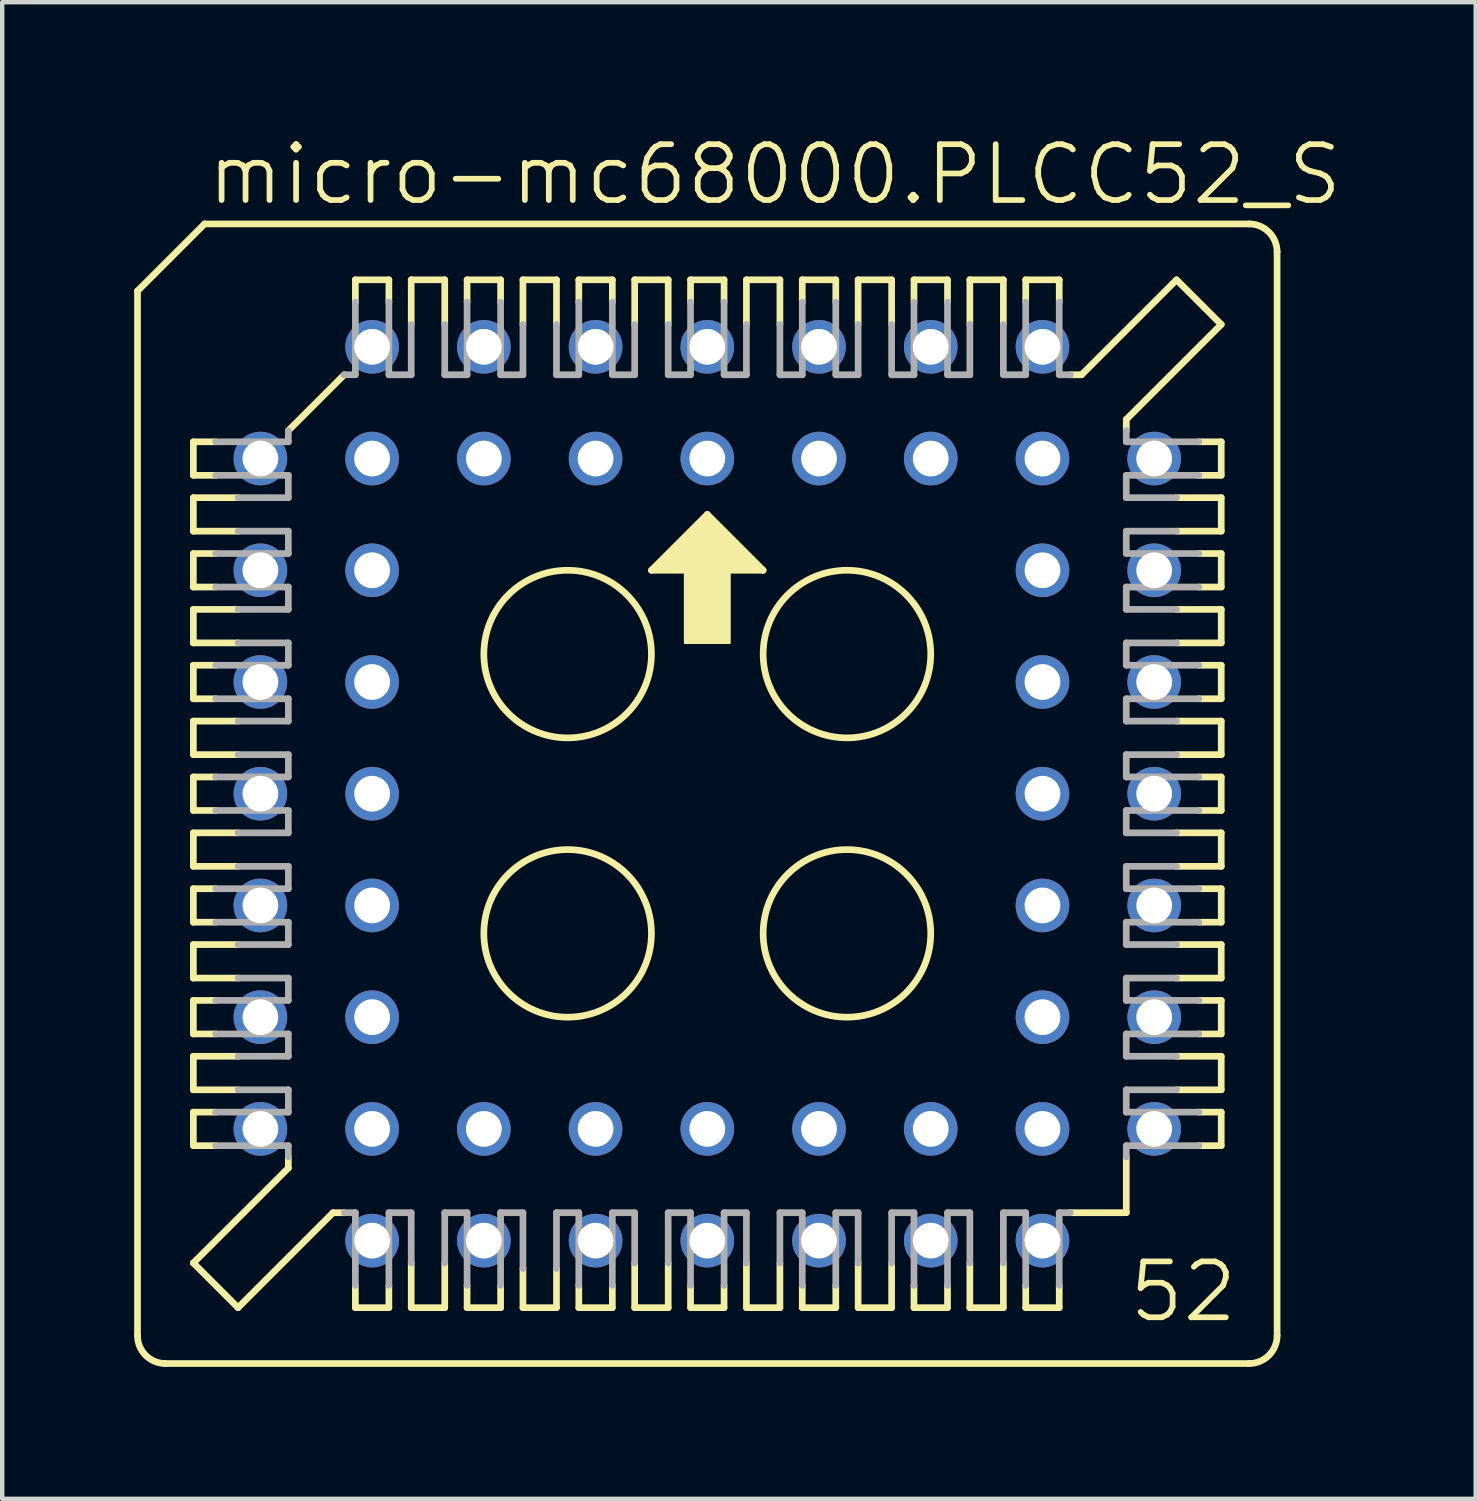
<source format=kicad_pcb>
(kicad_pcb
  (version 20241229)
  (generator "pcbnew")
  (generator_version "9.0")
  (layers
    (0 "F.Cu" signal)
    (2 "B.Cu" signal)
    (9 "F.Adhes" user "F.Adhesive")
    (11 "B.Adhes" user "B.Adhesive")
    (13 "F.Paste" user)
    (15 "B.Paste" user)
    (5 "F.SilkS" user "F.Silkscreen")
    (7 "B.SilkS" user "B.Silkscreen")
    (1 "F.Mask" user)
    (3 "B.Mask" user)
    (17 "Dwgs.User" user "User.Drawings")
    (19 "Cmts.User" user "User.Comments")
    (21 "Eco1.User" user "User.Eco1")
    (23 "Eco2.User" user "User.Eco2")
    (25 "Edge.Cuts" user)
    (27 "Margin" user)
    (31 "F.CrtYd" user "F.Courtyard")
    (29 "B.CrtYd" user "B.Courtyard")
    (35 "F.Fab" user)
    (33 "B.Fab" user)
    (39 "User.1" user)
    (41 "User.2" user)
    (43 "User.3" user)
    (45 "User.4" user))
  (footprint "micro-mc68000.PLCC52_S"
    (layer "F.Cu")
    (at 13.03 14.995)
    (property "Reference" "micro-mc68000.PLCC52_S" (at -11.43 -13.335 0) (layer "F.SilkS") (effects (font (size 1.27 1.27) (thickness 0.13)) (justify left bottom)))
    (attr through_hole)
    (fp_line (start -12.954 -11.43) (end -12.954 12.319) (stroke (width 0.152) (type default)) (layer "F.SilkS"))
    (fp_line (start -11.684 -8.001) (end -11.684 -7.239) (stroke (width 0.152) (type default)) (layer "F.SilkS"))
    (fp_line (start -11.684 -7.239) (end -11.176 -7.239) (stroke (width 0.152) (type default)) (layer "F.SilkS"))
    (fp_line (start -11.684 -6.731) (end -11.684 -5.969) (stroke (width 0.152) (type default)) (layer "F.SilkS"))
    (fp_line (start -11.684 -5.969) (end -10.668 -5.969) (stroke (width 0.152) (type default)) (layer "F.SilkS"))
    (fp_line (start -11.684 -5.461) (end -11.684 -4.699) (stroke (width 0.152) (type default)) (layer "F.SilkS"))
    (fp_line (start -11.684 -4.699) (end -11.176 -4.699) (stroke (width 0.152) (type default)) (layer "F.SilkS"))
    (fp_line (start -11.684 -4.191) (end -11.684 -3.429) (stroke (width 0.152) (type default)) (layer "F.SilkS"))
    (fp_line (start -11.684 -3.429) (end -10.668 -3.429) (stroke (width 0.152) (type default)) (layer "F.SilkS"))
    (fp_line (start -11.684 -2.921) (end -11.684 -2.159) (stroke (width 0.152) (type default)) (layer "F.SilkS"))
    (fp_line (start -11.684 -2.159) (end -11.176 -2.159) (stroke (width 0.152) (type default)) (layer "F.SilkS"))
    (fp_line (start -11.684 -1.651) (end -10.668 -1.651) (stroke (width 0.152) (type default)) (layer "F.SilkS"))
    (fp_line (start -11.684 -0.889) (end -11.684 -1.651) (stroke (width 0.152) (type default)) (layer "F.SilkS"))
    (fp_line (start -11.684 -0.381) (end -11.176 -0.381) (stroke (width 0.152) (type default)) (layer "F.SilkS"))
    (fp_line (start -11.684 0.381) (end -11.684 -0.381) (stroke (width 0.152) (type default)) (layer "F.SilkS"))
    (fp_line (start -11.684 0.889) (end -10.668 0.889) (stroke (width 0.152) (type default)) (layer "F.SilkS"))
    (fp_line (start -11.684 1.651) (end -11.684 0.889) (stroke (width 0.152) (type default)) (layer "F.SilkS"))
    (fp_line (start -11.684 2.159) (end -11.176 2.159) (stroke (width 0.152) (type default)) (layer "F.SilkS"))
    (fp_line (start -11.684 2.921) (end -11.684 2.159) (stroke (width 0.152) (type default)) (layer "F.SilkS"))
    (fp_line (start -11.684 3.429) (end -10.668 3.429) (stroke (width 0.152) (type default)) (layer "F.SilkS"))
    (fp_line (start -11.684 4.191) (end -11.684 3.429) (stroke (width 0.152) (type default)) (layer "F.SilkS"))
    (fp_line (start -11.684 4.699) (end -11.176 4.699) (stroke (width 0.152) (type default)) (layer "F.SilkS"))
    (fp_line (start -11.684 5.461) (end -11.684 4.699) (stroke (width 0.152) (type default)) (layer "F.SilkS"))
    (fp_line (start -11.684 5.969) (end -11.684 6.731) (stroke (width 0.152) (type default)) (layer "F.SilkS"))
    (fp_line (start -11.684 6.731) (end -10.668 6.731) (stroke (width 0.152) (type default)) (layer "F.SilkS"))
    (fp_line (start -11.684 7.239) (end -11.176 7.239) (stroke (width 0.152) (type default)) (layer "F.SilkS"))
    (fp_line (start -11.684 8.001) (end -11.684 7.239) (stroke (width 0.152) (type default)) (layer "F.SilkS"))
    (fp_line (start -11.684 10.668) (end -9.525 8.509) (stroke (width 0.152) (type default)) (layer "F.SilkS"))
    (fp_line (start -11.43 -12.954) (end -12.954 -11.43) (stroke (width 0.152) (type default)) (layer "F.SilkS"))
    (fp_line (start -11.176 -8.001) (end -11.684 -8.001) (stroke (width 0.152) (type default)) (layer "F.SilkS"))
    (fp_line (start -11.176 -5.461) (end -11.684 -5.461) (stroke (width 0.152) (type default)) (layer "F.SilkS"))
    (fp_line (start -11.176 -2.921) (end -11.684 -2.921) (stroke (width 0.152) (type default)) (layer "F.SilkS"))
    (fp_line (start -11.176 0.381) (end -11.684 0.381) (stroke (width 0.152) (type default)) (layer "F.SilkS"))
    (fp_line (start -11.176 2.921) (end -11.684 2.921) (stroke (width 0.152) (type default)) (layer "F.SilkS"))
    (fp_line (start -11.176 5.461) (end -11.684 5.461) (stroke (width 0.152) (type default)) (layer "F.SilkS"))
    (fp_line (start -11.176 8.001) (end -11.684 8.001) (stroke (width 0.152) (type default)) (layer "F.SilkS"))
    (fp_line (start -10.668 -6.731) (end -11.684 -6.731) (stroke (width 0.152) (type default)) (layer "F.SilkS"))
    (fp_line (start -10.668 -4.191) (end -11.684 -4.191) (stroke (width 0.152) (type default)) (layer "F.SilkS"))
    (fp_line (start -10.668 -0.889) (end -11.684 -0.889) (stroke (width 0.152) (type default)) (layer "F.SilkS"))
    (fp_line (start -10.668 1.651) (end -11.684 1.651) (stroke (width 0.152) (type default)) (layer "F.SilkS"))
    (fp_line (start -10.668 4.191) (end -11.684 4.191) (stroke (width 0.152) (type default)) (layer "F.SilkS"))
    (fp_line (start -10.668 5.969) (end -11.684 5.969) (stroke (width 0.152) (type default)) (layer "F.SilkS"))
    (fp_line (start -10.668 11.684) (end -11.684 10.668) (stroke (width 0.152) (type default)) (layer "F.SilkS"))
    (fp_line (start -10.668 11.684) (end -8.509 9.525) (stroke (width 0.152) (type default)) (layer "F.SilkS"))
    (fp_line (start -9.525 -8.255) (end -8.255 -9.525) (stroke (width 0.152) (type default)) (layer "F.SilkS"))
    (fp_line (start -9.525 8.509) (end -9.525 8.255) (stroke (width 0.152) (type default)) (layer "F.SilkS"))
    (fp_line (start -8.509 9.525) (end -8.255 9.525) (stroke (width 0.152) (type default)) (layer "F.SilkS"))
    (fp_line (start -8.001 -11.684) (end -8.001 -11.176) (stroke (width 0.152) (type default)) (layer "F.SilkS"))
    (fp_line (start -8.001 11.176) (end -8.001 11.684) (stroke (width 0.152) (type default)) (layer "F.SilkS"))
    (fp_line (start -8.001 11.684) (end -7.239 11.684) (stroke (width 0.152) (type default)) (layer "F.SilkS"))
    (fp_line (start -7.239 -11.684) (end -8.001 -11.684) (stroke (width 0.152) (type default)) (layer "F.SilkS"))
    (fp_line (start -7.239 -11.176) (end -7.239 -11.684) (stroke (width 0.152) (type default)) (layer "F.SilkS"))
    (fp_line (start -7.239 11.684) (end -7.239 11.176) (stroke (width 0.152) (type default)) (layer "F.SilkS"))
    (fp_line (start -6.731 -11.684) (end -6.731 -10.668) (stroke (width 0.152) (type default)) (layer "F.SilkS"))
    (fp_line (start -6.731 10.668) (end -6.731 11.684) (stroke (width 0.152) (type default)) (layer "F.SilkS"))
    (fp_line (start -6.731 11.684) (end -5.969 11.684) (stroke (width 0.152) (type default)) (layer "F.SilkS"))
    (fp_line (start -5.969 -11.684) (end -6.731 -11.684) (stroke (width 0.152) (type default)) (layer "F.SilkS"))
    (fp_line (start -5.969 -10.668) (end -5.969 -11.684) (stroke (width 0.152) (type default)) (layer "F.SilkS"))
    (fp_line (start -5.969 11.684) (end -5.969 10.668) (stroke (width 0.152) (type default)) (layer "F.SilkS"))
    (fp_line (start -5.461 -11.684) (end -5.461 -11.176) (stroke (width 0.152) (type default)) (layer "F.SilkS"))
    (fp_line (start -5.461 11.176) (end -5.461 11.684) (stroke (width 0.152) (type default)) (layer "F.SilkS"))
    (fp_line (start -5.461 11.684) (end -4.699 11.684) (stroke (width 0.152) (type default)) (layer "F.SilkS"))
    (fp_line (start -4.699 -11.684) (end -5.461 -11.684) (stroke (width 0.152) (type default)) (layer "F.SilkS"))
    (fp_line (start -4.699 -11.176) (end -4.699 -11.684) (stroke (width 0.152) (type default)) (layer "F.SilkS"))
    (fp_line (start -4.699 11.684) (end -4.699 11.176) (stroke (width 0.152) (type default)) (layer "F.SilkS"))
    (fp_line (start -4.191 -11.684) (end -4.191 -10.668) (stroke (width 0.152) (type default)) (layer "F.SilkS"))
    (fp_line (start -4.191 10.795) (end -4.191 11.684) (stroke (width 0.152) (type default)) (layer "F.SilkS"))
    (fp_line (start -4.191 11.684) (end -3.429 11.684) (stroke (width 0.152) (type default)) (layer "F.SilkS"))
    (fp_line (start -3.429 -11.684) (end -4.191 -11.684) (stroke (width 0.152) (type default)) (layer "F.SilkS"))
    (fp_line (start -3.429 -10.668) (end -3.429 -11.684) (stroke (width 0.152) (type default)) (layer "F.SilkS"))
    (fp_line (start -3.429 11.684) (end -3.429 10.795) (stroke (width 0.152) (type default)) (layer "F.SilkS"))
    (fp_line (start -2.921 -11.684) (end -2.921 -11.176) (stroke (width 0.152) (type default)) (layer "F.SilkS"))
    (fp_line (start -2.921 11.176) (end -2.921 11.684) (stroke (width 0.152) (type default)) (layer "F.SilkS"))
    (fp_line (start -2.921 11.684) (end -2.159 11.684) (stroke (width 0.152) (type default)) (layer "F.SilkS"))
    (fp_line (start -2.159 -11.684) (end -2.921 -11.684) (stroke (width 0.152) (type default)) (layer "F.SilkS"))
    (fp_line (start -2.159 -11.176) (end -2.159 -11.684) (stroke (width 0.152) (type default)) (layer "F.SilkS"))
    (fp_line (start -2.159 11.684) (end -2.159 11.176) (stroke (width 0.152) (type default)) (layer "F.SilkS"))
    (fp_line (start -1.651 -11.684) (end -1.651 -10.668) (stroke (width 0.152) (type default)) (layer "F.SilkS"))
    (fp_line (start -1.651 10.668) (end -1.651 11.684) (stroke (width 0.152) (type default)) (layer "F.SilkS"))
    (fp_line (start -1.651 11.684) (end -0.889 11.684) (stroke (width 0.152) (type default)) (layer "F.SilkS"))
    (fp_line (start -1.27 -5.08) (end 1.27 -5.08) (stroke (width 0.152) (type default)) (layer "F.SilkS"))
    (fp_line (start -0.889 -11.684) (end -1.651 -11.684) (stroke (width 0.152) (type default)) (layer "F.SilkS"))
    (fp_line (start -0.889 -10.668) (end -0.889 -11.684) (stroke (width 0.152) (type default)) (layer "F.SilkS"))
    (fp_line (start -0.889 11.684) (end -0.889 10.668) (stroke (width 0.152) (type default)) (layer "F.SilkS"))
    (fp_line (start -0.381 -11.684) (end -0.381 -11.176) (stroke (width 0.152) (type default)) (layer "F.SilkS"))
    (fp_line (start -0.381 11.176) (end -0.381 11.684) (stroke (width 0.152) (type default)) (layer "F.SilkS"))
    (fp_line (start -0.381 11.684) (end 0.381 11.684) (stroke (width 0.152) (type default)) (layer "F.SilkS"))
    (fp_line (start 0 -6.35) (end -1.27 -5.08) (stroke (width 0.152) (type default)) (layer "F.SilkS"))
    (fp_line (start 0.381 -11.684) (end -0.381 -11.684) (stroke (width 0.152) (type default)) (layer "F.SilkS"))
    (fp_line (start 0.381 -11.176) (end 0.381 -11.684) (stroke (width 0.152) (type default)) (layer "F.SilkS"))
    (fp_line (start 0.381 11.684) (end 0.381 11.176) (stroke (width 0.152) (type default)) (layer "F.SilkS"))
    (fp_line (start 0.889 -11.684) (end 0.889 -10.668) (stroke (width 0.152) (type default)) (layer "F.SilkS"))
    (fp_line (start 0.889 10.668) (end 0.889 11.684) (stroke (width 0.152) (type default)) (layer "F.SilkS"))
    (fp_line (start 0.889 11.684) (end 1.651 11.684) (stroke (width 0.152) (type default)) (layer "F.SilkS"))
    (fp_line (start 1.27 -5.08) (end 0 -6.35) (stroke (width 0.152) (type default)) (layer "F.SilkS"))
    (fp_line (start 1.651 -11.684) (end 0.889 -11.684) (stroke (width 0.152) (type default)) (layer "F.SilkS"))
    (fp_line (start 1.651 -10.668) (end 1.651 -11.684) (stroke (width 0.152) (type default)) (layer "F.SilkS"))
    (fp_line (start 1.651 11.684) (end 1.651 10.668) (stroke (width 0.152) (type default)) (layer "F.SilkS"))
    (fp_line (start 2.159 -11.684) (end 2.159 -11.176) (stroke (width 0.152) (type default)) (layer "F.SilkS"))
    (fp_line (start 2.159 11.176) (end 2.159 11.684) (stroke (width 0.152) (type default)) (layer "F.SilkS"))
    (fp_line (start 2.159 11.684) (end 2.921 11.684) (stroke (width 0.152) (type default)) (layer "F.SilkS"))
    (fp_line (start 2.921 -11.684) (end 2.159 -11.684) (stroke (width 0.152) (type default)) (layer "F.SilkS"))
    (fp_line (start 2.921 -11.176) (end 2.921 -11.684) (stroke (width 0.152) (type default)) (layer "F.SilkS"))
    (fp_line (start 2.921 11.684) (end 2.921 11.176) (stroke (width 0.152) (type default)) (layer "F.SilkS"))
    (fp_line (start 3.429 -11.684) (end 3.429 -10.668) (stroke (width 0.152) (type default)) (layer "F.SilkS"))
    (fp_line (start 3.429 10.668) (end 3.429 11.684) (stroke (width 0.152) (type default)) (layer "F.SilkS"))
    (fp_line (start 3.429 11.684) (end 4.191 11.684) (stroke (width 0.152) (type default)) (layer "F.SilkS"))
    (fp_line (start 4.191 -11.684) (end 3.429 -11.684) (stroke (width 0.152) (type default)) (layer "F.SilkS"))
    (fp_line (start 4.191 -10.668) (end 4.191 -11.684) (stroke (width 0.152) (type default)) (layer "F.SilkS"))
    (fp_line (start 4.191 11.684) (end 4.191 10.668) (stroke (width 0.152) (type default)) (layer "F.SilkS"))
    (fp_line (start 4.699 -11.684) (end 4.699 -11.176) (stroke (width 0.152) (type default)) (layer "F.SilkS"))
    (fp_line (start 4.699 11.176) (end 4.699 11.684) (stroke (width 0.152) (type default)) (layer "F.SilkS"))
    (fp_line (start 4.699 11.684) (end 5.461 11.684) (stroke (width 0.152) (type default)) (layer "F.SilkS"))
    (fp_line (start 5.461 -11.684) (end 4.699 -11.684) (stroke (width 0.152) (type default)) (layer "F.SilkS"))
    (fp_line (start 5.461 -11.176) (end 5.461 -11.684) (stroke (width 0.152) (type default)) (layer "F.SilkS"))
    (fp_line (start 5.461 11.684) (end 5.461 11.176) (stroke (width 0.152) (type default)) (layer "F.SilkS"))
    (fp_line (start 5.969 -11.684) (end 5.969 -10.668) (stroke (width 0.152) (type default)) (layer "F.SilkS"))
    (fp_line (start 5.969 10.668) (end 5.969 11.684) (stroke (width 0.152) (type default)) (layer "F.SilkS"))
    (fp_line (start 5.969 11.684) (end 6.731 11.684) (stroke (width 0.152) (type default)) (layer "F.SilkS"))
    (fp_line (start 6.731 -11.684) (end 5.969 -11.684) (stroke (width 0.152) (type default)) (layer "F.SilkS"))
    (fp_line (start 6.731 -10.668) (end 6.731 -11.684) (stroke (width 0.152) (type default)) (layer "F.SilkS"))
    (fp_line (start 6.731 11.684) (end 6.731 10.668) (stroke (width 0.152) (type default)) (layer "F.SilkS"))
    (fp_line (start 7.239 -11.684) (end 7.239 -11.176) (stroke (width 0.152) (type default)) (layer "F.SilkS"))
    (fp_line (start 7.239 11.176) (end 7.239 11.684) (stroke (width 0.152) (type default)) (layer "F.SilkS"))
    (fp_line (start 7.239 11.684) (end 8.001 11.684) (stroke (width 0.152) (type default)) (layer "F.SilkS"))
    (fp_line (start 8.001 -11.684) (end 7.239 -11.684) (stroke (width 0.152) (type default)) (layer "F.SilkS"))
    (fp_line (start 8.001 -11.176) (end 8.001 -11.684) (stroke (width 0.152) (type default)) (layer "F.SilkS"))
    (fp_line (start 8.001 11.684) (end 8.001 11.176) (stroke (width 0.152) (type default)) (layer "F.SilkS"))
    (fp_line (start 8.255 9.525) (end 9.525 9.525) (stroke (width 0.152) (type default)) (layer "F.SilkS"))
    (fp_line (start 8.509 -9.525) (end 8.255 -9.525) (stroke (width 0.152) (type default)) (layer "F.SilkS"))
    (fp_line (start 9.525 -8.509) (end 9.525 -8.255) (stroke (width 0.152) (type default)) (layer "F.SilkS"))
    (fp_line (start 9.525 9.525) (end 9.525 8.255) (stroke (width 0.152) (type default)) (layer "F.SilkS"))
    (fp_line (start 10.668 -11.684) (end 8.509 -9.525) (stroke (width 0.152) (type default)) (layer "F.SilkS"))
    (fp_line (start 10.668 -5.969) (end 11.684 -5.969) (stroke (width 0.152) (type default)) (layer "F.SilkS"))
    (fp_line (start 10.668 -4.191) (end 11.684 -4.191) (stroke (width 0.152) (type default)) (layer "F.SilkS"))
    (fp_line (start 10.668 -1.651) (end 11.684 -1.651) (stroke (width 0.152) (type default)) (layer "F.SilkS"))
    (fp_line (start 10.668 0.889) (end 11.684 0.889) (stroke (width 0.152) (type default)) (layer "F.SilkS"))
    (fp_line (start 10.668 4.191) (end 11.684 4.191) (stroke (width 0.152) (type default)) (layer "F.SilkS"))
    (fp_line (start 10.668 6.731) (end 11.684 6.731) (stroke (width 0.152) (type default)) (layer "F.SilkS"))
    (fp_line (start 11.176 -8.001) (end 11.684 -8.001) (stroke (width 0.152) (type default)) (layer "F.SilkS"))
    (fp_line (start 11.176 -5.461) (end 11.684 -5.461) (stroke (width 0.152) (type default)) (layer "F.SilkS"))
    (fp_line (start 11.176 -2.921) (end 11.684 -2.921) (stroke (width 0.152) (type default)) (layer "F.SilkS"))
    (fp_line (start 11.176 -0.381) (end 11.684 -0.381) (stroke (width 0.152) (type default)) (layer "F.SilkS"))
    (fp_line (start 11.176 2.921) (end 11.684 2.921) (stroke (width 0.152) (type default)) (layer "F.SilkS"))
    (fp_line (start 11.176 5.461) (end 11.684 5.461) (stroke (width 0.152) (type default)) (layer "F.SilkS"))
    (fp_line (start 11.176 8.001) (end 11.684 8.001) (stroke (width 0.152) (type default)) (layer "F.SilkS"))
    (fp_line (start 11.684 -10.668) (end 9.525 -8.509) (stroke (width 0.152) (type default)) (layer "F.SilkS"))
    (fp_line (start 11.684 -10.668) (end 10.668 -11.684) (stroke (width 0.152) (type default)) (layer "F.SilkS"))
    (fp_line (start 11.684 -8.001) (end 11.684 -7.239) (stroke (width 0.152) (type default)) (layer "F.SilkS"))
    (fp_line (start 11.684 -7.239) (end 11.176 -7.239) (stroke (width 0.152) (type default)) (layer "F.SilkS"))
    (fp_line (start 11.684 -6.731) (end 10.668 -6.731) (stroke (width 0.152) (type default)) (layer "F.SilkS"))
    (fp_line (start 11.684 -5.969) (end 11.684 -6.731) (stroke (width 0.152) (type default)) (layer "F.SilkS"))
    (fp_line (start 11.684 -5.461) (end 11.684 -4.699) (stroke (width 0.152) (type default)) (layer "F.SilkS"))
    (fp_line (start 11.684 -4.699) (end 11.176 -4.699) (stroke (width 0.152) (type default)) (layer "F.SilkS"))
    (fp_line (start 11.684 -4.191) (end 11.684 -3.429) (stroke (width 0.152) (type default)) (layer "F.SilkS"))
    (fp_line (start 11.684 -3.429) (end 10.668 -3.429) (stroke (width 0.152) (type default)) (layer "F.SilkS"))
    (fp_line (start 11.684 -2.921) (end 11.684 -2.159) (stroke (width 0.152) (type default)) (layer "F.SilkS"))
    (fp_line (start 11.684 -2.159) (end 11.176 -2.159) (stroke (width 0.152) (type default)) (layer "F.SilkS"))
    (fp_line (start 11.684 -1.651) (end 11.684 -0.889) (stroke (width 0.152) (type default)) (layer "F.SilkS"))
    (fp_line (start 11.684 -0.889) (end 10.668 -0.889) (stroke (width 0.152) (type default)) (layer "F.SilkS"))
    (fp_line (start 11.684 -0.381) (end 11.684 0.381) (stroke (width 0.152) (type default)) (layer "F.SilkS"))
    (fp_line (start 11.684 0.381) (end 11.176 0.381) (stroke (width 0.152) (type default)) (layer "F.SilkS"))
    (fp_line (start 11.684 0.889) (end 11.684 1.651) (stroke (width 0.152) (type default)) (layer "F.SilkS"))
    (fp_line (start 11.684 1.651) (end 10.668 1.651) (stroke (width 0.152) (type default)) (layer "F.SilkS"))
    (fp_line (start 11.684 2.159) (end 11.176 2.159) (stroke (width 0.152) (type default)) (layer "F.SilkS"))
    (fp_line (start 11.684 2.921) (end 11.684 2.159) (stroke (width 0.152) (type default)) (layer "F.SilkS"))
    (fp_line (start 11.684 3.429) (end 10.668 3.429) (stroke (width 0.152) (type default)) (layer "F.SilkS"))
    (fp_line (start 11.684 4.191) (end 11.684 3.429) (stroke (width 0.152) (type default)) (layer "F.SilkS"))
    (fp_line (start 11.684 4.699) (end 11.176 4.699) (stroke (width 0.152) (type default)) (layer "F.SilkS"))
    (fp_line (start 11.684 5.461) (end 11.684 4.699) (stroke (width 0.152) (type default)) (layer "F.SilkS"))
    (fp_line (start 11.684 5.969) (end 10.668 5.969) (stroke (width 0.152) (type default)) (layer "F.SilkS"))
    (fp_line (start 11.684 6.731) (end 11.684 5.969) (stroke (width 0.152) (type default)) (layer "F.SilkS"))
    (fp_line (start 11.684 7.239) (end 11.176 7.239) (stroke (width 0.152) (type default)) (layer "F.SilkS"))
    (fp_line (start 11.684 8.001) (end 11.684 7.239) (stroke (width 0.152) (type default)) (layer "F.SilkS"))
    (fp_line (start 12.319 -12.954) (end -11.43 -12.954) (stroke (width 0.152) (type default)) (layer "F.SilkS"))
    (fp_line (start 12.319 12.954) (end -12.319 12.954) (stroke (width 0.152) (type default)) (layer "F.SilkS"))
    (fp_line (start 12.954 -12.319) (end 12.954 12.319) (stroke (width 0.152) (type default)) (layer "F.SilkS"))
    (fp_rect (start -1.143 -5.08) (end -0.889 -5.207) (stroke (width 0.05) (type default)) (fill yes) (layer "F.SilkS"))
    (fp_rect (start -1.016 -5.207) (end -0.889 -5.334) (stroke (width 0.05) (type default)) (fill yes) (layer "F.SilkS"))
    (fp_rect (start -0.889 -5.08) (end 0.889 -5.461) (stroke (width 0.05) (type default)) (fill yes) (layer "F.SilkS"))
    (fp_rect (start -0.762 -5.461) (end -0.635 -5.588) (stroke (width 0.05) (type default)) (fill yes) (layer "F.SilkS"))
    (fp_rect (start -0.635 -5.461) (end 0.635 -5.715) (stroke (width 0.05) (type default)) (fill yes) (layer "F.SilkS"))
    (fp_rect (start -0.508 -5.715) (end -0.381 -5.842) (stroke (width 0.05) (type default)) (fill yes) (layer "F.SilkS"))
    (fp_rect (start -0.508 -3.429) (end 0.508 -5.334) (stroke (width 0.05) (type default)) (fill yes) (layer "F.SilkS"))
    (fp_rect (start -0.381 -5.715) (end 0.381 -5.969) (stroke (width 0.05) (type default)) (fill yes) (layer "F.SilkS"))
    (fp_rect (start -0.254 -5.969) (end -0.127 -6.096) (stroke (width 0.05) (type default)) (fill yes) (layer "F.SilkS"))
    (fp_rect (start -0.127 -5.969) (end 0.127 -6.223) (stroke (width 0.05) (type default)) (fill yes) (layer "F.SilkS"))
    (fp_rect (start 0.127 -5.969) (end 0.254 -6.096) (stroke (width 0.05) (type default)) (fill yes) (layer "F.SilkS"))
    (fp_rect (start 0.381 -5.715) (end 0.508 -5.842) (stroke (width 0.05) (type default)) (fill yes) (layer "F.SilkS"))
    (fp_rect (start 0.635 -5.461) (end 0.762 -5.588) (stroke (width 0.05) (type default)) (fill yes) (layer "F.SilkS"))
    (fp_rect (start 0.889 -5.207) (end 1.016 -5.334) (stroke (width 0.05) (type default)) (fill yes) (layer "F.SilkS"))
    (fp_rect (start 0.889 -5.08) (end 1.143 -5.207) (stroke (width 0.05) (type default)) (fill yes) (layer "F.SilkS"))
    (fp_arc (start -12.319 12.954) (mid -12.768013 12.768013) (end -12.954 12.319) (stroke (width 0.1524) (type default)) (layer "F.SilkS"))
    (fp_arc (start 12.319 -12.954) (mid 12.768013 -12.768013) (end 12.954 -12.319) (stroke (width 0.1524) (type default)) (layer "F.SilkS"))
    (fp_arc (start 12.954 12.319) (mid 12.768013 12.768013) (end 12.319 12.954) (stroke (width 0.1524) (type default)) (layer "F.SilkS"))
    (fp_circle (center -3.175 -3.175) (end -1.27 -3.175) (stroke (width 0.152) (type default)) (fill no) (layer "F.SilkS"))
    (fp_circle (center -3.175 3.175) (end -1.27 3.175) (stroke (width 0.152) (type default)) (fill no) (layer "F.SilkS"))
    (fp_circle (center 3.175 -3.175) (end 5.08 -3.175) (stroke (width 0.152) (type default)) (fill no) (layer "F.SilkS"))
    (fp_circle (center 3.175 3.175) (end 5.08 3.175) (stroke (width 0.152) (type default)) (fill no) (layer "F.SilkS"))
    (fp_line (start -11.176 -8.001) (end -9.525 -8.001) (stroke (width 0.152) (type default)) (layer "F.Fab"))
    (fp_line (start -11.176 -5.461) (end -9.525 -5.461) (stroke (width 0.152) (type default)) (layer "F.Fab"))
    (fp_line (start -11.176 -2.921) (end -9.525 -2.921) (stroke (width 0.152) (type default)) (layer "F.Fab"))
    (fp_line (start -11.176 0.381) (end -9.525 0.381) (stroke (width 0.152) (type default)) (layer "F.Fab"))
    (fp_line (start -11.176 2.921) (end -9.525 2.921) (stroke (width 0.152) (type default)) (layer "F.Fab"))
    (fp_line (start -11.176 5.461) (end -9.525 5.461) (stroke (width 0.152) (type default)) (layer "F.Fab"))
    (fp_line (start -11.176 8.001) (end -9.525 8.001) (stroke (width 0.152) (type default)) (layer "F.Fab"))
    (fp_line (start -10.668 -6.731) (end -9.525 -6.731) (stroke (width 0.152) (type default)) (layer "F.Fab"))
    (fp_line (start -10.668 -4.191) (end -9.525 -4.191) (stroke (width 0.152) (type default)) (layer "F.Fab"))
    (fp_line (start -10.668 -0.889) (end -9.525 -0.889) (stroke (width 0.152) (type default)) (layer "F.Fab"))
    (fp_line (start -10.668 1.651) (end -9.525 1.651) (stroke (width 0.152) (type default)) (layer "F.Fab"))
    (fp_line (start -10.668 4.191) (end -9.525 4.191) (stroke (width 0.152) (type default)) (layer "F.Fab"))
    (fp_line (start -10.668 5.969) (end -9.525 5.969) (stroke (width 0.152) (type default)) (layer "F.Fab"))
    (fp_line (start -9.525 -8.001) (end -9.525 -8.255) (stroke (width 0.152) (type default)) (layer "F.Fab"))
    (fp_line (start -9.525 -7.239) (end -11.176 -7.239) (stroke (width 0.152) (type default)) (layer "F.Fab"))
    (fp_line (start -9.525 -7.239) (end -9.525 -6.731) (stroke (width 0.152) (type default)) (layer "F.Fab"))
    (fp_line (start -9.525 -5.969) (end -10.668 -5.969) (stroke (width 0.152) (type default)) (layer "F.Fab"))
    (fp_line (start -9.525 -5.969) (end -9.525 -5.461) (stroke (width 0.152) (type default)) (layer "F.Fab"))
    (fp_line (start -9.525 -4.699) (end -11.176 -4.699) (stroke (width 0.152) (type default)) (layer "F.Fab"))
    (fp_line (start -9.525 -4.699) (end -9.525 -4.191) (stroke (width 0.152) (type default)) (layer "F.Fab"))
    (fp_line (start -9.525 -3.429) (end -10.668 -3.429) (stroke (width 0.152) (type default)) (layer "F.Fab"))
    (fp_line (start -9.525 -3.429) (end -9.525 -2.921) (stroke (width 0.152) (type default)) (layer "F.Fab"))
    (fp_line (start -9.525 -2.159) (end -11.176 -2.159) (stroke (width 0.152) (type default)) (layer "F.Fab"))
    (fp_line (start -9.525 -2.159) (end -9.525 -1.651) (stroke (width 0.152) (type default)) (layer "F.Fab"))
    (fp_line (start -9.525 -1.651) (end -10.668 -1.651) (stroke (width 0.152) (type default)) (layer "F.Fab"))
    (fp_line (start -9.525 -0.381) (end -11.176 -0.381) (stroke (width 0.152) (type default)) (layer "F.Fab"))
    (fp_line (start -9.525 -0.381) (end -9.525 -0.889) (stroke (width 0.152) (type default)) (layer "F.Fab"))
    (fp_line (start -9.525 0.889) (end -10.668 0.889) (stroke (width 0.152) (type default)) (layer "F.Fab"))
    (fp_line (start -9.525 0.889) (end -9.525 0.381) (stroke (width 0.152) (type default)) (layer "F.Fab"))
    (fp_line (start -9.525 2.159) (end -11.176 2.159) (stroke (width 0.152) (type default)) (layer "F.Fab"))
    (fp_line (start -9.525 2.159) (end -9.525 1.651) (stroke (width 0.152) (type default)) (layer "F.Fab"))
    (fp_line (start -9.525 3.429) (end -10.668 3.429) (stroke (width 0.152) (type default)) (layer "F.Fab"))
    (fp_line (start -9.525 3.429) (end -9.525 2.921) (stroke (width 0.152) (type default)) (layer "F.Fab"))
    (fp_line (start -9.525 4.699) (end -11.176 4.699) (stroke (width 0.152) (type default)) (layer "F.Fab"))
    (fp_line (start -9.525 4.699) (end -9.525 4.191) (stroke (width 0.152) (type default)) (layer "F.Fab"))
    (fp_line (start -9.525 5.461) (end -9.525 5.969) (stroke (width 0.152) (type default)) (layer "F.Fab"))
    (fp_line (start -9.525 6.731) (end -10.668 6.731) (stroke (width 0.152) (type default)) (layer "F.Fab"))
    (fp_line (start -9.525 6.731) (end -9.525 7.239) (stroke (width 0.152) (type default)) (layer "F.Fab"))
    (fp_line (start -9.525 7.239) (end -11.176 7.239) (stroke (width 0.152) (type default)) (layer "F.Fab"))
    (fp_line (start -9.525 8.001) (end -9.525 8.255) (stroke (width 0.152) (type default)) (layer "F.Fab"))
    (fp_line (start -8.255 -9.525) (end -8.001 -9.525) (stroke (width 0.152) (type default)) (layer "F.Fab"))
    (fp_line (start -8.001 -9.525) (end -8.001 -11.176) (stroke (width 0.152) (type default)) (layer "F.Fab"))
    (fp_line (start -8.001 9.525) (end -8.255 9.525) (stroke (width 0.152) (type default)) (layer "F.Fab"))
    (fp_line (start -8.001 11.176) (end -8.001 9.525) (stroke (width 0.152) (type default)) (layer "F.Fab"))
    (fp_line (start -7.239 -11.176) (end -7.239 -9.525) (stroke (width 0.152) (type default)) (layer "F.Fab"))
    (fp_line (start -7.239 9.525) (end -7.239 11.176) (stroke (width 0.152) (type default)) (layer "F.Fab"))
    (fp_line (start -7.239 9.525) (end -6.731 9.525) (stroke (width 0.152) (type default)) (layer "F.Fab"))
    (fp_line (start -6.731 -9.525) (end -7.239 -9.525) (stroke (width 0.152) (type default)) (layer "F.Fab"))
    (fp_line (start -6.731 -9.525) (end -6.731 -10.668) (stroke (width 0.152) (type default)) (layer "F.Fab"))
    (fp_line (start -6.731 10.668) (end -6.731 9.525) (stroke (width 0.152) (type default)) (layer "F.Fab"))
    (fp_line (start -5.969 -10.668) (end -5.969 -9.525) (stroke (width 0.152) (type default)) (layer "F.Fab"))
    (fp_line (start -5.969 9.525) (end -5.969 10.668) (stroke (width 0.152) (type default)) (layer "F.Fab"))
    (fp_line (start -5.969 9.525) (end -5.461 9.525) (stroke (width 0.152) (type default)) (layer "F.Fab"))
    (fp_line (start -5.461 -9.525) (end -5.969 -9.525) (stroke (width 0.152) (type default)) (layer "F.Fab"))
    (fp_line (start -5.461 -9.525) (end -5.461 -11.176) (stroke (width 0.152) (type default)) (layer "F.Fab"))
    (fp_line (start -5.461 11.176) (end -5.461 9.525) (stroke (width 0.152) (type default)) (layer "F.Fab"))
    (fp_line (start -4.699 -11.176) (end -4.699 -9.525) (stroke (width 0.152) (type default)) (layer "F.Fab"))
    (fp_line (start -4.699 9.525) (end -4.699 11.176) (stroke (width 0.152) (type default)) (layer "F.Fab"))
    (fp_line (start -4.699 9.525) (end -4.191 9.525) (stroke (width 0.152) (type default)) (layer "F.Fab"))
    (fp_line (start -4.191 -9.525) (end -4.699 -9.525) (stroke (width 0.152) (type default)) (layer "F.Fab"))
    (fp_line (start -4.191 -9.525) (end -4.191 -10.668) (stroke (width 0.152) (type default)) (layer "F.Fab"))
    (fp_line (start -4.191 10.795) (end -4.191 9.525) (stroke (width 0.152) (type default)) (layer "F.Fab"))
    (fp_line (start -3.429 -10.668) (end -3.429 -9.525) (stroke (width 0.152) (type default)) (layer "F.Fab"))
    (fp_line (start -3.429 9.525) (end -3.429 10.795) (stroke (width 0.152) (type default)) (layer "F.Fab"))
    (fp_line (start -3.429 9.525) (end -2.921 9.525) (stroke (width 0.152) (type default)) (layer "F.Fab"))
    (fp_line (start -2.921 -9.525) (end -3.429 -9.525) (stroke (width 0.152) (type default)) (layer "F.Fab"))
    (fp_line (start -2.921 -9.525) (end -2.921 -11.176) (stroke (width 0.152) (type default)) (layer "F.Fab"))
    (fp_line (start -2.921 11.176) (end -2.921 9.525) (stroke (width 0.152) (type default)) (layer "F.Fab"))
    (fp_line (start -2.159 -11.176) (end -2.159 -9.525) (stroke (width 0.152) (type default)) (layer "F.Fab"))
    (fp_line (start -2.159 9.525) (end -2.159 11.176) (stroke (width 0.152) (type default)) (layer "F.Fab"))
    (fp_line (start -2.159 9.525) (end -1.651 9.525) (stroke (width 0.152) (type default)) (layer "F.Fab"))
    (fp_line (start -1.651 -9.525) (end -2.159 -9.525) (stroke (width 0.152) (type default)) (layer "F.Fab"))
    (fp_line (start -1.651 -9.525) (end -1.651 -10.668) (stroke (width 0.152) (type default)) (layer "F.Fab"))
    (fp_line (start -1.651 10.668) (end -1.651 9.525) (stroke (width 0.152) (type default)) (layer "F.Fab"))
    (fp_line (start -0.889 -10.668) (end -0.889 -9.525) (stroke (width 0.152) (type default)) (layer "F.Fab"))
    (fp_line (start -0.889 9.525) (end -0.889 10.668) (stroke (width 0.152) (type default)) (layer "F.Fab"))
    (fp_line (start -0.889 9.525) (end -0.381 9.525) (stroke (width 0.152) (type default)) (layer "F.Fab"))
    (fp_line (start -0.381 -9.525) (end -0.889 -9.525) (stroke (width 0.152) (type default)) (layer "F.Fab"))
    (fp_line (start -0.381 -9.525) (end -0.381 -11.176) (stroke (width 0.152) (type default)) (layer "F.Fab"))
    (fp_line (start -0.381 11.176) (end -0.381 9.525) (stroke (width 0.152) (type default)) (layer "F.Fab"))
    (fp_line (start 0.381 -11.176) (end 0.381 -9.525) (stroke (width 0.152) (type default)) (layer "F.Fab"))
    (fp_line (start 0.381 9.525) (end 0.381 11.176) (stroke (width 0.152) (type default)) (layer "F.Fab"))
    (fp_line (start 0.381 9.525) (end 0.889 9.525) (stroke (width 0.152) (type default)) (layer "F.Fab"))
    (fp_line (start 0.889 -9.525) (end 0.381 -9.525) (stroke (width 0.152) (type default)) (layer "F.Fab"))
    (fp_line (start 0.889 -9.525) (end 0.889 -10.668) (stroke (width 0.152) (type default)) (layer "F.Fab"))
    (fp_line (start 0.889 10.668) (end 0.889 9.525) (stroke (width 0.152) (type default)) (layer "F.Fab"))
    (fp_line (start 1.651 -10.668) (end 1.651 -9.525) (stroke (width 0.152) (type default)) (layer "F.Fab"))
    (fp_line (start 1.651 9.525) (end 1.651 10.668) (stroke (width 0.152) (type default)) (layer "F.Fab"))
    (fp_line (start 1.651 9.525) (end 2.159 9.525) (stroke (width 0.152) (type default)) (layer "F.Fab"))
    (fp_line (start 2.159 -9.525) (end 1.651 -9.525) (stroke (width 0.152) (type default)) (layer "F.Fab"))
    (fp_line (start 2.159 -9.525) (end 2.159 -11.176) (stroke (width 0.152) (type default)) (layer "F.Fab"))
    (fp_line (start 2.159 11.176) (end 2.159 9.525) (stroke (width 0.152) (type default)) (layer "F.Fab"))
    (fp_line (start 2.921 -11.176) (end 2.921 -9.525) (stroke (width 0.152) (type default)) (layer "F.Fab"))
    (fp_line (start 2.921 9.525) (end 2.921 11.176) (stroke (width 0.152) (type default)) (layer "F.Fab"))
    (fp_line (start 2.921 9.525) (end 3.429 9.525) (stroke (width 0.152) (type default)) (layer "F.Fab"))
    (fp_line (start 3.429 -9.525) (end 2.921 -9.525) (stroke (width 0.152) (type default)) (layer "F.Fab"))
    (fp_line (start 3.429 -9.525) (end 3.429 -10.668) (stroke (width 0.152) (type default)) (layer "F.Fab"))
    (fp_line (start 3.429 10.668) (end 3.429 9.525) (stroke (width 0.152) (type default)) (layer "F.Fab"))
    (fp_line (start 4.191 -10.668) (end 4.191 -9.525) (stroke (width 0.152) (type default)) (layer "F.Fab"))
    (fp_line (start 4.191 9.525) (end 4.191 10.668) (stroke (width 0.152) (type default)) (layer "F.Fab"))
    (fp_line (start 4.191 9.525) (end 4.699 9.525) (stroke (width 0.152) (type default)) (layer "F.Fab"))
    (fp_line (start 4.699 -9.525) (end 4.191 -9.525) (stroke (width 0.152) (type default)) (layer "F.Fab"))
    (fp_line (start 4.699 -9.525) (end 4.699 -11.176) (stroke (width 0.152) (type default)) (layer "F.Fab"))
    (fp_line (start 4.699 11.176) (end 4.699 9.525) (stroke (width 0.152) (type default)) (layer "F.Fab"))
    (fp_line (start 5.461 -11.176) (end 5.461 -9.525) (stroke (width 0.152) (type default)) (layer "F.Fab"))
    (fp_line (start 5.461 9.525) (end 5.461 11.176) (stroke (width 0.152) (type default)) (layer "F.Fab"))
    (fp_line (start 5.461 9.525) (end 5.969 9.525) (stroke (width 0.152) (type default)) (layer "F.Fab"))
    (fp_line (start 5.969 -9.525) (end 5.461 -9.525) (stroke (width 0.152) (type default)) (layer "F.Fab"))
    (fp_line (start 5.969 -9.525) (end 5.969 -10.668) (stroke (width 0.152) (type default)) (layer "F.Fab"))
    (fp_line (start 5.969 10.668) (end 5.969 9.525) (stroke (width 0.152) (type default)) (layer "F.Fab"))
    (fp_line (start 6.731 -10.668) (end 6.731 -9.525) (stroke (width 0.152) (type default)) (layer "F.Fab"))
    (fp_line (start 6.731 9.525) (end 6.731 10.668) (stroke (width 0.152) (type default)) (layer "F.Fab"))
    (fp_line (start 6.731 9.525) (end 7.239 9.525) (stroke (width 0.152) (type default)) (layer "F.Fab"))
    (fp_line (start 7.239 -9.525) (end 6.731 -9.525) (stroke (width 0.152) (type default)) (layer "F.Fab"))
    (fp_line (start 7.239 -9.525) (end 7.239 -11.176) (stroke (width 0.152) (type default)) (layer "F.Fab"))
    (fp_line (start 7.239 11.176) (end 7.239 9.525) (stroke (width 0.152) (type default)) (layer "F.Fab"))
    (fp_line (start 8.001 -11.176) (end 8.001 -9.525) (stroke (width 0.152) (type default)) (layer "F.Fab"))
    (fp_line (start 8.001 -9.525) (end 8.255 -9.525) (stroke (width 0.152) (type default)) (layer "F.Fab"))
    (fp_line (start 8.001 9.525) (end 8.001 11.176) (stroke (width 0.152) (type default)) (layer "F.Fab"))
    (fp_line (start 8.255 9.525) (end 8.001 9.525) (stroke (width 0.152) (type default)) (layer "F.Fab"))
    (fp_line (start 9.525 -8.001) (end 9.525 -8.255) (stroke (width 0.152) (type default)) (layer "F.Fab"))
    (fp_line (start 9.525 -7.239) (end 11.176 -7.239) (stroke (width 0.152) (type default)) (layer "F.Fab"))
    (fp_line (start 9.525 -6.731) (end 9.525 -7.239) (stroke (width 0.152) (type default)) (layer "F.Fab"))
    (fp_line (start 9.525 -6.731) (end 10.668 -6.731) (stroke (width 0.152) (type default)) (layer "F.Fab"))
    (fp_line (start 9.525 -5.461) (end 9.525 -5.969) (stroke (width 0.152) (type default)) (layer "F.Fab"))
    (fp_line (start 9.525 -4.699) (end 9.525 -4.191) (stroke (width 0.152) (type default)) (layer "F.Fab"))
    (fp_line (start 9.525 -4.699) (end 11.176 -4.699) (stroke (width 0.152) (type default)) (layer "F.Fab"))
    (fp_line (start 9.525 -3.429) (end 9.525 -2.921) (stroke (width 0.152) (type default)) (layer "F.Fab"))
    (fp_line (start 9.525 -3.429) (end 10.668 -3.429) (stroke (width 0.152) (type default)) (layer "F.Fab"))
    (fp_line (start 9.525 -2.159) (end 9.525 -1.651) (stroke (width 0.152) (type default)) (layer "F.Fab"))
    (fp_line (start 9.525 -2.159) (end 11.176 -2.159) (stroke (width 0.152) (type default)) (layer "F.Fab"))
    (fp_line (start 9.525 -0.889) (end 9.525 -0.381) (stroke (width 0.152) (type default)) (layer "F.Fab"))
    (fp_line (start 9.525 -0.889) (end 10.668 -0.889) (stroke (width 0.152) (type default)) (layer "F.Fab"))
    (fp_line (start 9.525 0.381) (end 9.525 0.889) (stroke (width 0.152) (type default)) (layer "F.Fab"))
    (fp_line (start 9.525 0.381) (end 11.176 0.381) (stroke (width 0.152) (type default)) (layer "F.Fab"))
    (fp_line (start 9.525 1.651) (end 9.525 2.159) (stroke (width 0.152) (type default)) (layer "F.Fab"))
    (fp_line (start 9.525 1.651) (end 10.668 1.651) (stroke (width 0.152) (type default)) (layer "F.Fab"))
    (fp_line (start 9.525 2.159) (end 11.176 2.159) (stroke (width 0.152) (type default)) (layer "F.Fab"))
    (fp_line (start 9.525 3.429) (end 9.525 2.921) (stroke (width 0.152) (type default)) (layer "F.Fab"))
    (fp_line (start 9.525 3.429) (end 10.668 3.429) (stroke (width 0.152) (type default)) (layer "F.Fab"))
    (fp_line (start 9.525 4.699) (end 9.525 4.191) (stroke (width 0.152) (type default)) (layer "F.Fab"))
    (fp_line (start 9.525 4.699) (end 11.176 4.699) (stroke (width 0.152) (type default)) (layer "F.Fab"))
    (fp_line (start 9.525 5.969) (end 9.525 5.461) (stroke (width 0.152) (type default)) (layer "F.Fab"))
    (fp_line (start 9.525 5.969) (end 10.668 5.969) (stroke (width 0.152) (type default)) (layer "F.Fab"))
    (fp_line (start 9.525 7.239) (end 9.525 6.731) (stroke (width 0.152) (type default)) (layer "F.Fab"))
    (fp_line (start 9.525 7.239) (end 11.176 7.239) (stroke (width 0.152) (type default)) (layer "F.Fab"))
    (fp_line (start 9.525 8.001) (end 9.525 8.255) (stroke (width 0.152) (type default)) (layer "F.Fab"))
    (fp_line (start 10.668 -5.969) (end 9.525 -5.969) (stroke (width 0.152) (type default)) (layer "F.Fab"))
    (fp_line (start 10.668 -4.191) (end 9.525 -4.191) (stroke (width 0.152) (type default)) (layer "F.Fab"))
    (fp_line (start 10.668 -1.651) (end 9.525 -1.651) (stroke (width 0.152) (type default)) (layer "F.Fab"))
    (fp_line (start 10.668 0.889) (end 9.525 0.889) (stroke (width 0.152) (type default)) (layer "F.Fab"))
    (fp_line (start 10.668 4.191) (end 9.525 4.191) (stroke (width 0.152) (type default)) (layer "F.Fab"))
    (fp_line (start 10.668 6.731) (end 9.525 6.731) (stroke (width 0.152) (type default)) (layer "F.Fab"))
    (fp_line (start 11.176 -8.001) (end 9.525 -8.001) (stroke (width 0.152) (type default)) (layer "F.Fab"))
    (fp_line (start 11.176 -5.461) (end 9.525 -5.461) (stroke (width 0.152) (type default)) (layer "F.Fab"))
    (fp_line (start 11.176 -2.921) (end 9.525 -2.921) (stroke (width 0.152) (type default)) (layer "F.Fab"))
    (fp_line (start 11.176 -0.381) (end 9.525 -0.381) (stroke (width 0.152) (type default)) (layer "F.Fab"))
    (fp_line (start 11.176 2.921) (end 9.525 2.921) (stroke (width 0.152) (type default)) (layer "F.Fab"))
    (fp_line (start 11.176 5.461) (end 9.525 5.461) (stroke (width 0.152) (type default)) (layer "F.Fab"))
    (fp_line (start 11.176 8.001) (end 9.525 8.001) (stroke (width 0.152) (type default)) (layer "F.Fab"))
    (fp_text user "52" (at 9.525 12.065 0) (layer "F.SilkS") (effects (font (size 1.27 1.27) (thickness 0.13)) (justify left bottom)))
    (pad "1" thru_hole circle (at 0 -10.16) (size 1.219 1.219) (drill 0.813) (layers "*.Cu" "*.Mask"))
    (pad "2" thru_hole circle (at 0 -7.62) (size 1.219 1.219) (drill 0.813) (layers "*.Cu" "*.Mask"))
    (pad "3" thru_hole circle (at -2.54 -10.16) (size 1.219 1.219) (drill 0.813) (layers "*.Cu" "*.Mask"))
    (pad "4" thru_hole circle (at -2.54 -7.62) (size 1.219 1.219) (drill 0.813) (layers "*.Cu" "*.Mask"))
    (pad "5" thru_hole circle (at -5.08 -10.16) (size 1.219 1.219) (drill 0.813) (layers "*.Cu" "*.Mask"))
    (pad "6" thru_hole circle (at -5.08 -7.62) (size 1.219 1.219) (drill 0.813) (layers "*.Cu" "*.Mask"))
    (pad "7" thru_hole circle (at -7.62 -10.16) (size 1.219 1.219) (drill 0.813) (layers "*.Cu" "*.Mask"))
    (pad "8" thru_hole circle (at -10.16 -7.62) (size 1.219 1.219) (drill 0.813) (layers "*.Cu" "*.Mask"))
    (pad "9" thru_hole circle (at -7.62 -7.62) (size 1.219 1.219) (drill 0.813) (layers "*.Cu" "*.Mask"))
    (pad "10" thru_hole circle (at -10.16 -5.08) (size 1.219 1.219) (drill 0.813) (layers "*.Cu" "*.Mask"))
    (pad "11" thru_hole circle (at -7.62 -5.08) (size 1.219 1.219) (drill 0.813) (layers "*.Cu" "*.Mask"))
    (pad "12" thru_hole circle (at -10.16 -2.54) (size 1.219 1.219) (drill 0.813) (layers "*.Cu" "*.Mask"))
    (pad "13" thru_hole circle (at -7.62 -2.54) (size 1.219 1.219) (drill 0.813) (layers "*.Cu" "*.Mask"))
    (pad "14" thru_hole circle (at -10.16 0) (size 1.219 1.219) (drill 0.813) (layers "*.Cu" "*.Mask"))
    (pad "15" thru_hole circle (at -7.62 0) (size 1.219 1.219) (drill 0.813) (layers "*.Cu" "*.Mask"))
    (pad "16" thru_hole circle (at -10.16 2.54) (size 1.219 1.219) (drill 0.813) (layers "*.Cu" "*.Mask"))
    (pad "17" thru_hole circle (at -7.62 2.54) (size 1.219 1.219) (drill 0.813) (layers "*.Cu" "*.Mask"))
    (pad "18" thru_hole circle (at -10.16 5.08) (size 1.219 1.219) (drill 0.813) (layers "*.Cu" "*.Mask"))
    (pad "19" thru_hole circle (at -7.62 5.08) (size 1.219 1.219) (drill 0.813) (layers "*.Cu" "*.Mask"))
    (pad "20" thru_hole circle (at -10.16 7.62) (size 1.219 1.219) (drill 0.813) (layers "*.Cu" "*.Mask"))
    (pad "21" thru_hole circle (at -7.62 10.16) (size 1.219 1.219) (drill 0.813) (layers "*.Cu" "*.Mask"))
    (pad "22" thru_hole circle (at -7.62 7.62) (size 1.219 1.219) (drill 0.813) (layers "*.Cu" "*.Mask"))
    (pad "23" thru_hole circle (at -5.08 10.16) (size 1.219 1.219) (drill 0.813) (layers "*.Cu" "*.Mask"))
    (pad "24" thru_hole circle (at -5.08 7.62) (size 1.219 1.219) (drill 0.813) (layers "*.Cu" "*.Mask"))
    (pad "25" thru_hole circle (at -2.54 10.16) (size 1.219 1.219) (drill 0.813) (layers "*.Cu" "*.Mask"))
    (pad "26" thru_hole circle (at -2.54 7.62) (size 1.219 1.219) (drill 0.813) (layers "*.Cu" "*.Mask"))
    (pad "27" thru_hole circle (at 0 10.16) (size 1.219 1.219) (drill 0.813) (layers "*.Cu" "*.Mask"))
    (pad "28" thru_hole circle (at 0 7.62) (size 1.219 1.219) (drill 0.813) (layers "*.Cu" "*.Mask"))
    (pad "29" thru_hole circle (at 2.54 10.16) (size 1.219 1.219) (drill 0.813) (layers "*.Cu" "*.Mask"))
    (pad "30" thru_hole circle (at 2.54 7.62) (size 1.219 1.219) (drill 0.813) (layers "*.Cu" "*.Mask"))
    (pad "31" thru_hole circle (at 5.08 10.16) (size 1.219 1.219) (drill 0.813) (layers "*.Cu" "*.Mask"))
    (pad "32" thru_hole circle (at 5.08 7.62) (size 1.219 1.219) (drill 0.813) (layers "*.Cu" "*.Mask"))
    (pad "33" thru_hole circle (at 7.62 10.16) (size 1.219 1.219) (drill 0.813) (layers "*.Cu" "*.Mask"))
    (pad "34" thru_hole circle (at 10.16 7.62) (size 1.219 1.219) (drill 0.813) (layers "*.Cu" "*.Mask"))
    (pad "35" thru_hole circle (at 7.62 7.62) (size 1.219 1.219) (drill 0.813) (layers "*.Cu" "*.Mask"))
    (pad "36" thru_hole circle (at 10.16 5.08) (size 1.219 1.219) (drill 0.813) (layers "*.Cu" "*.Mask"))
    (pad "37" thru_hole circle (at 7.62 5.08) (size 1.219 1.219) (drill 0.813) (layers "*.Cu" "*.Mask"))
    (pad "38" thru_hole circle (at 10.16 2.54) (size 1.219 1.219) (drill 0.813) (layers "*.Cu" "*.Mask"))
    (pad "39" thru_hole circle (at 7.62 2.54) (size 1.219 1.219) (drill 0.813) (layers "*.Cu" "*.Mask"))
    (pad "40" thru_hole circle (at 10.16 0) (size 1.219 1.219) (drill 0.813) (layers "*.Cu" "*.Mask"))
    (pad "41" thru_hole circle (at 7.62 0) (size 1.219 1.219) (drill 0.813) (layers "*.Cu" "*.Mask"))
    (pad "42" thru_hole circle (at 10.16 -2.54) (size 1.219 1.219) (drill 0.813) (layers "*.Cu" "*.Mask"))
    (pad "43" thru_hole circle (at 7.62 -2.54) (size 1.219 1.219) (drill 0.813) (layers "*.Cu" "*.Mask"))
    (pad "44" thru_hole circle (at 7.62 -5.08) (size 1.219 1.219) (drill 0.813) (layers "*.Cu" "*.Mask"))
    (pad "45" thru_hole circle (at 10.16 -5.08) (size 1.219 1.219) (drill 0.813) (layers "*.Cu" "*.Mask"))
    (pad "46" thru_hole circle (at 10.16 -7.62) (size 1.219 1.219) (drill 0.813) (layers "*.Cu" "*.Mask"))
    (pad "47" thru_hole circle (at 7.62 -10.16) (size 1.219 1.219) (drill 0.813) (layers "*.Cu" "*.Mask"))
    (pad "48" thru_hole circle (at 7.62 -7.62) (size 1.219 1.219) (drill 0.813) (layers "*.Cu" "*.Mask"))
    (pad "49" thru_hole circle (at 5.08 -10.16) (size 1.219 1.219) (drill 0.813) (layers "*.Cu" "*.Mask"))
    (pad "50" thru_hole circle (at 5.08 -7.62) (size 1.219 1.219) (drill 0.813) (layers "*.Cu" "*.Mask"))
    (pad "51" thru_hole circle (at 2.54 -10.16) (size 1.219 1.219) (drill 0.813) (layers "*.Cu" "*.Mask"))
    (pad "52" thru_hole circle (at 2.54 -7.62) (size 1.219 1.219) (drill 0.813) (layers "*.Cu" "*.Mask")))
  (gr_rect
    (start -3 -3)
    (end 30.499 31.025)
    (stroke (width 0.1) (type default))
    (fill no)
    (layer "Edge.Cuts")))
</source>
